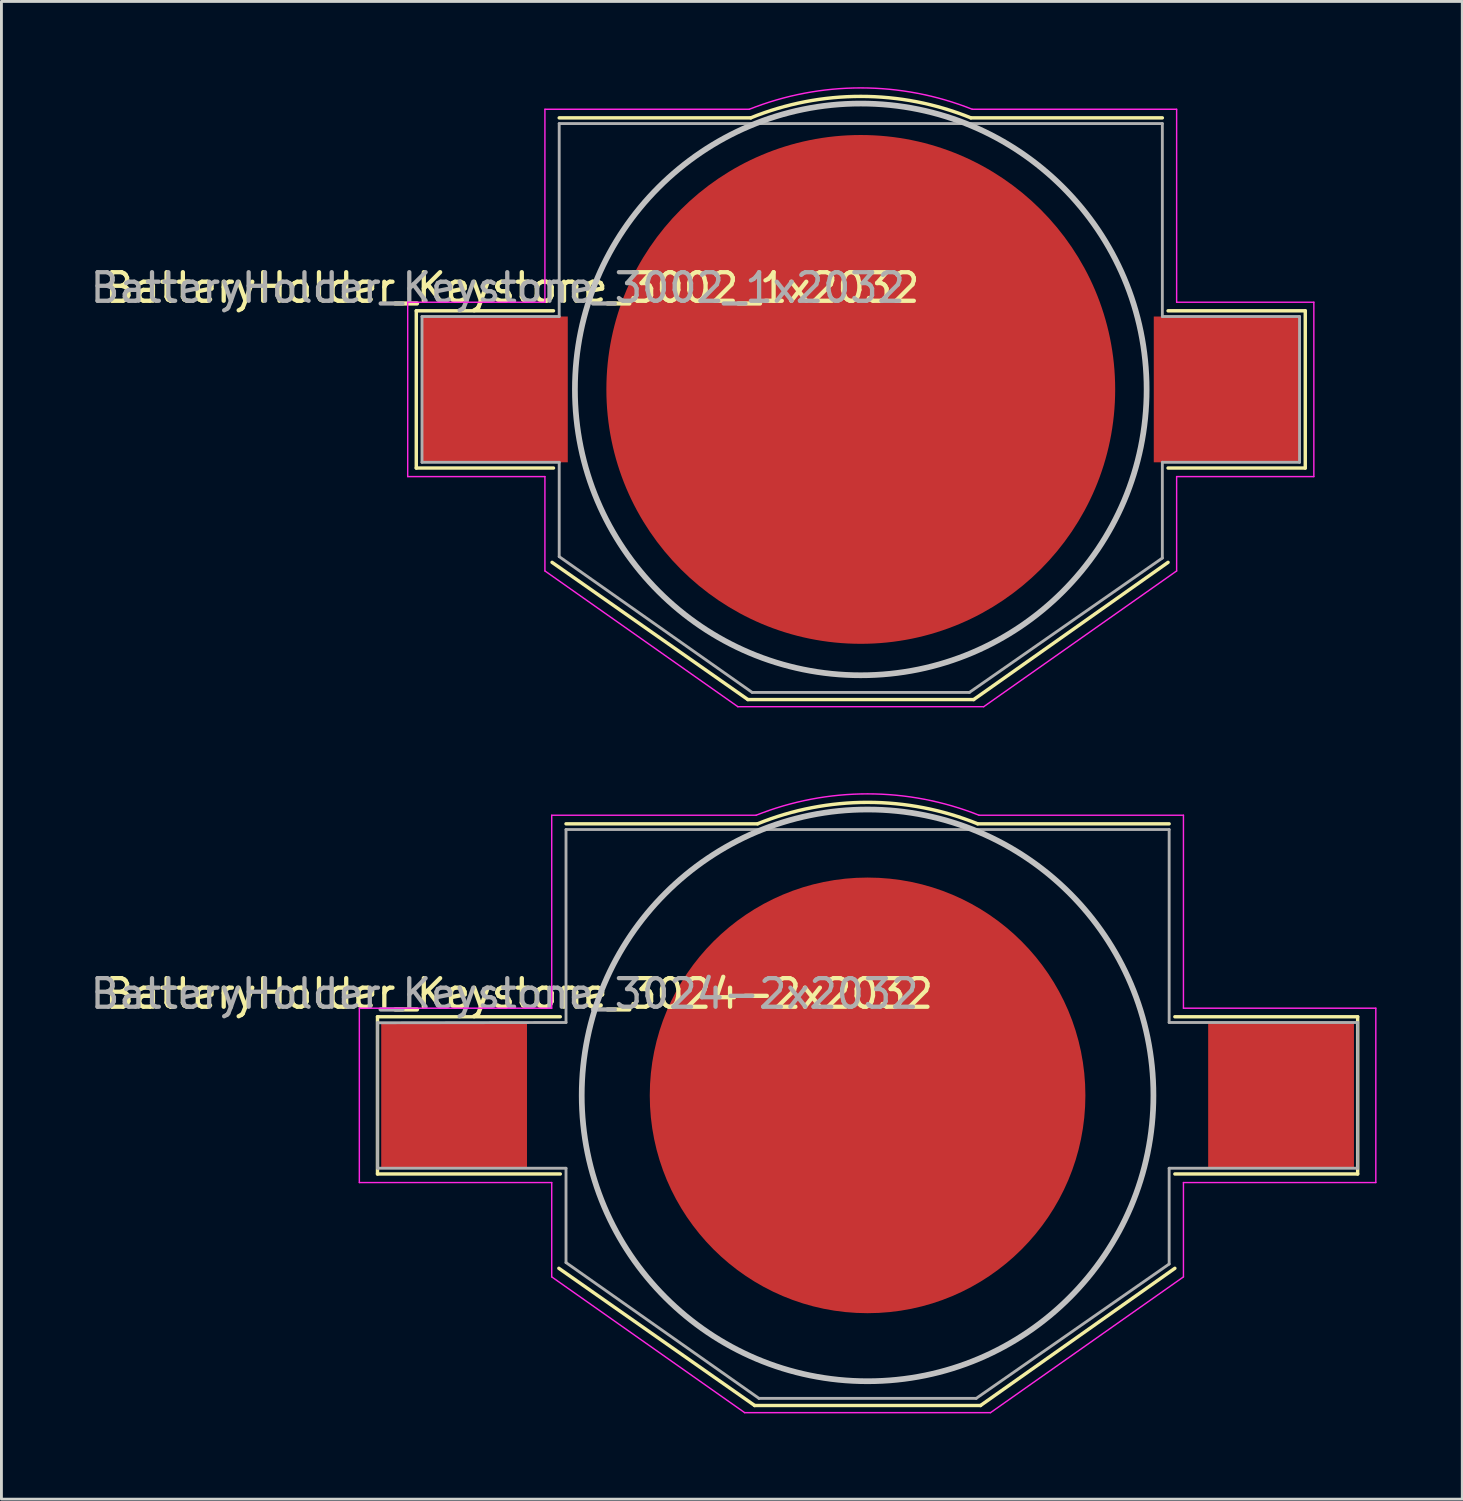
<source format=kicad_pcb>
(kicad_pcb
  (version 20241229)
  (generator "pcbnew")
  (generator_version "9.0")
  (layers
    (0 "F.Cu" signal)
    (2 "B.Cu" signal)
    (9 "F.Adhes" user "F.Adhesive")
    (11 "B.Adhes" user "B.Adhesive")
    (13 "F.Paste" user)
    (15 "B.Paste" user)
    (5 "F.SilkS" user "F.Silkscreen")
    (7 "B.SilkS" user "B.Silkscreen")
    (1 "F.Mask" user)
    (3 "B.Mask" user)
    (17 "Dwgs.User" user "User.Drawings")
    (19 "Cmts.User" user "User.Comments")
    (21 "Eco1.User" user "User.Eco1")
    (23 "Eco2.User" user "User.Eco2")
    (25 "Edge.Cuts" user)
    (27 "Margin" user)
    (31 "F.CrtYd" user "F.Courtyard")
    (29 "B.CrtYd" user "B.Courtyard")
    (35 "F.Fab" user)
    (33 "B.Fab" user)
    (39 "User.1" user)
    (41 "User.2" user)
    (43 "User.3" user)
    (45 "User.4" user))
  (footprint "BatteryHolder_Keystone_3024-2x2032"
    (layer "F.Cu")
    (at 27.301 35.27)
    (property "Reference" "BatteryHolder_Keystone_3024-2x2032" (at -12.192 -3.556 0) (layer "F.SilkS") (effects (font (size 1 1) (thickness 0.15))))
    (attr smd)
    (fp_line (start -17.145 -2.75) (end -17.145 2.75) (stroke (width 0.12) (type solid)) (layer "F.SilkS"))
    (fp_line (start -17.145 2.75) (end -10.75 2.75) (stroke (width 0.12) (type solid)) (layer "F.SilkS"))
    (fp_line (start -10.8 6.05) (end -3.95 10.85) (stroke (width 0.12) (type solid)) (layer "F.SilkS"))
    (fp_line (start -10.75 -2.75) (end -17.145 -2.75) (stroke (width 0.12) (type solid)) (layer "F.SilkS"))
    (fp_line (start -10.55 -9.5) (end -3.85 -9.5) (stroke (width 0.12) (type solid)) (layer "F.SilkS"))
    (fp_line (start -3.95 10.85) (end 3.95 10.85) (stroke (width 0.12) (type solid)) (layer "F.SilkS"))
    (fp_line (start 3.95 10.85) (end 10.75 6.05) (stroke (width 0.12) (type solid)) (layer "F.SilkS"))
    (fp_line (start 10.55 -9.5) (end 3.85 -9.5) (stroke (width 0.12) (type solid)) (layer "F.SilkS"))
    (fp_line (start 10.75 2.75) (end 17.145 2.75) (stroke (width 0.12) (type solid)) (layer "F.SilkS"))
    (fp_line (start 17.145 -2.75) (end 10.75 -2.75) (stroke (width 0.12) (type solid)) (layer "F.SilkS"))
    (fp_line (start 17.145 2.75) (end 17.145 -2.75) (stroke (width 0.12) (type solid)) (layer "F.SilkS"))
    (fp_arc (start -3.846385 -9.501464) (mid 0.00195 -10.250487) (end 3.85 -9.5) (stroke (width 0.12) (type solid)) (layer "F.SilkS"))
    (fp_circle (center 0 0) (end 10 0) (stroke (width 0.2) (type solid)) (fill no) (layer "Dwgs.User"))
    (fp_line (start -17.78 -3.05) (end -11.05 -3.05) (stroke (width 0.05) (type solid)) (layer "F.CrtYd"))
    (fp_line (start -17.78 3.05) (end -17.78 -3.05) (stroke (width 0.05) (type solid)) (layer "F.CrtYd"))
    (fp_line (start -11.05 -9.8) (end -3.9 -9.8) (stroke (width 0.05) (type solid)) (layer "F.CrtYd"))
    (fp_line (start -11.05 -3.05) (end -11.05 -9.8) (stroke (width 0.05) (type solid)) (layer "F.CrtYd"))
    (fp_line (start -11.05 3.05) (end -17.78 3.05) (stroke (width 0.05) (type solid)) (layer "F.CrtYd"))
    (fp_line (start -11.05 6.35) (end -11.05 3.05) (stroke (width 0.05) (type solid)) (layer "F.CrtYd"))
    (fp_line (start -4.3 11.1) (end -11.05 6.35) (stroke (width 0.05) (type solid)) (layer "F.CrtYd"))
    (fp_line (start 4.3 11.1) (end -4.3 11.1) (stroke (width 0.05) (type solid)) (layer "F.CrtYd"))
    (fp_line (start 11.05 -9.8) (end 3.9 -9.8) (stroke (width 0.05) (type solid)) (layer "F.CrtYd"))
    (fp_line (start 11.05 -9.8) (end 11.05 -3.05) (stroke (width 0.05) (type solid)) (layer "F.CrtYd"))
    (fp_line (start 11.05 -3.05) (end 17.78 -3.05) (stroke (width 0.05) (type solid)) (layer "F.CrtYd"))
    (fp_line (start 11.05 3.05) (end 11.05 6.35) (stroke (width 0.05) (type solid)) (layer "F.CrtYd"))
    (fp_line (start 11.05 6.35) (end 4.3 11.1) (stroke (width 0.05) (type solid)) (layer "F.CrtYd"))
    (fp_line (start 17.78 -3.05) (end 17.78 3.05) (stroke (width 0.05) (type solid)) (layer "F.CrtYd"))
    (fp_line (start 17.78 3.05) (end 11.05 3.05) (stroke (width 0.05) (type solid)) (layer "F.CrtYd"))
    (fp_arc (start -3.9 -9.8) (mid 0 -10.547512) (end 3.9 -9.8) (stroke (width 0.05) (type solid)) (layer "F.CrtYd"))
    (fp_line (start -17.145 -2.55) (end -17.145 2.55) (stroke (width 0.1) (type solid)) (layer "F.Fab"))
    (fp_line (start -17.145 -2.54) (end -10.55 -2.55) (stroke (width 0.1) (type solid)) (layer "F.Fab"))
    (fp_line (start -17.145 2.55) (end -10.55 2.55) (stroke (width 0.1) (type solid)) (layer "F.Fab"))
    (fp_line (start -10.55 -2.55) (end -10.55 -9.3) (stroke (width 0.1) (type solid)) (layer "F.Fab"))
    (fp_line (start -10.55 2.55) (end -10.55 5.85) (stroke (width 0.1) (type solid)) (layer "F.Fab"))
    (fp_line (start -10.55 5.85) (end -3.8 10.6) (stroke (width 0.1) (type solid)) (layer "F.Fab"))
    (fp_line (start -3.8 10.6) (end 3.8 10.6) (stroke (width 0.1) (type solid)) (layer "F.Fab"))
    (fp_line (start 10.55 -9.3) (end -10.55 -9.3) (stroke (width 0.1) (type solid)) (layer "F.Fab"))
    (fp_line (start 10.55 -2.55) (end 10.55 -9.3) (stroke (width 0.1) (type solid)) (layer "F.Fab"))
    (fp_line (start 10.55 2.55) (end 10.55 5.9) (stroke (width 0.1) (type solid)) (layer "F.Fab"))
    (fp_line (start 10.55 2.55) (end 17.145 2.55) (stroke (width 0.1) (type solid)) (layer "F.Fab"))
    (fp_line (start 10.55 5.9) (end 3.8 10.6) (stroke (width 0.1) (type solid)) (layer "F.Fab"))
    (fp_line (start 17.145 -2.55) (end 10.55 -2.55) (stroke (width 0.1) (type solid)) (layer "F.Fab"))
    (fp_line (start 17.145 2.55) (end 17.145 -2.55) (stroke (width 0.1) (type solid)) (layer "F.Fab"))
    (fp_text user "${REFERENCE}" (at -12.7 -3.556 0) (layer "F.Fab") (effects (font (size 1 1) (thickness 0.15))))
    (pad "1" smd rect (at -14.465 0) (size 5.1 5.1) (layers "F.Cu" "F.Mask" "F.Paste"))
    (pad "1" smd rect (at 14.465 0) (size 5.1 5.1) (layers "F.Cu" "F.Mask" "F.Paste"))
    (pad "2" smd circle (at 0 0) (size 15.24 15.24) (layers "F.Cu" "F.Mask")))
  (footprint "BatteryHolder_Keystone_3002_1x2032"
    (layer "F.Cu")
    (at 27.063 10.573)
    (property "Reference" "BatteryHolder_Keystone_3002_1x2032" (at -12.192 -3.556 0) (layer "F.SilkS") (effects (font (size 1 1) (thickness 0.15))))
    (attr smd)
    (fp_line (start -15.55 -2.75) (end -15.55 2.75) (stroke (width 0.12) (type solid)) (layer "F.SilkS"))
    (fp_line (start -15.55 2.75) (end -10.75 2.75) (stroke (width 0.12) (type solid)) (layer "F.SilkS"))
    (fp_line (start -10.8 6.05) (end -3.95 10.85) (stroke (width 0.12) (type solid)) (layer "F.SilkS"))
    (fp_line (start -10.75 -2.75) (end -15.55 -2.75) (stroke (width 0.12) (type solid)) (layer "F.SilkS"))
    (fp_line (start -10.55 -9.5) (end -3.85 -9.5) (stroke (width 0.12) (type solid)) (layer "F.SilkS"))
    (fp_line (start -3.95 10.85) (end 3.95 10.85) (stroke (width 0.12) (type solid)) (layer "F.SilkS"))
    (fp_line (start 3.95 10.85) (end 10.75 6.05) (stroke (width 0.12) (type solid)) (layer "F.SilkS"))
    (fp_line (start 10.55 -9.5) (end 3.85 -9.5) (stroke (width 0.12) (type solid)) (layer "F.SilkS"))
    (fp_line (start 10.75 2.75) (end 15.55 2.75) (stroke (width 0.12) (type solid)) (layer "F.SilkS"))
    (fp_line (start 15.55 -2.75) (end 10.75 -2.75) (stroke (width 0.12) (type solid)) (layer "F.SilkS"))
    (fp_line (start 15.55 2.75) (end 15.55 -2.75) (stroke (width 0.12) (type solid)) (layer "F.SilkS"))
    (fp_arc (start -3.846385 -9.501464) (mid 0.00195 -10.250487) (end 3.85 -9.5) (stroke (width 0.12) (type solid)) (layer "F.SilkS"))
    (fp_circle (center 0 0) (end 10 0) (stroke (width 0.2) (type solid)) (fill no) (layer "Dwgs.User"))
    (fp_line (start -15.85 -3.05) (end -11.05 -3.05) (stroke (width 0.05) (type solid)) (layer "F.CrtYd"))
    (fp_line (start -15.85 3.05) (end -15.85 -3.05) (stroke (width 0.05) (type solid)) (layer "F.CrtYd"))
    (fp_line (start -11.05 -9.8) (end -3.9 -9.8) (stroke (width 0.05) (type solid)) (layer "F.CrtYd"))
    (fp_line (start -11.05 -3.05) (end -11.05 -9.8) (stroke (width 0.05) (type solid)) (layer "F.CrtYd"))
    (fp_line (start -11.05 3.05) (end -15.85 3.05) (stroke (width 0.05) (type solid)) (layer "F.CrtYd"))
    (fp_line (start -11.05 6.35) (end -11.05 3.05) (stroke (width 0.05) (type solid)) (layer "F.CrtYd"))
    (fp_line (start -4.3 11.1) (end -11.05 6.35) (stroke (width 0.05) (type solid)) (layer "F.CrtYd"))
    (fp_line (start 4.3 11.1) (end -4.3 11.1) (stroke (width 0.05) (type solid)) (layer "F.CrtYd"))
    (fp_line (start 11.05 -9.8) (end 3.9 -9.8) (stroke (width 0.05) (type solid)) (layer "F.CrtYd"))
    (fp_line (start 11.05 -9.8) (end 11.05 -3.05) (stroke (width 0.05) (type solid)) (layer "F.CrtYd"))
    (fp_line (start 11.05 -3.05) (end 15.85 -3.05) (stroke (width 0.05) (type solid)) (layer "F.CrtYd"))
    (fp_line (start 11.05 3.05) (end 11.05 6.35) (stroke (width 0.05) (type solid)) (layer "F.CrtYd"))
    (fp_line (start 11.05 6.35) (end 4.3 11.1) (stroke (width 0.05) (type solid)) (layer "F.CrtYd"))
    (fp_line (start 15.85 -3.05) (end 15.85 3.05) (stroke (width 0.05) (type solid)) (layer "F.CrtYd"))
    (fp_line (start 15.85 3.05) (end 11.05 3.05) (stroke (width 0.05) (type solid)) (layer "F.CrtYd"))
    (fp_arc (start -3.9 -9.8) (mid 0 -10.547512) (end 3.9 -9.8) (stroke (width 0.05) (type solid)) (layer "F.CrtYd"))
    (fp_line (start -15.35 -2.55) (end -15.35 2.55) (stroke (width 0.1) (type solid)) (layer "F.Fab"))
    (fp_line (start -15.35 -2.55) (end -10.55 -2.55) (stroke (width 0.1) (type solid)) (layer "F.Fab"))
    (fp_line (start -15.35 2.55) (end -10.55 2.55) (stroke (width 0.1) (type solid)) (layer "F.Fab"))
    (fp_line (start -10.55 -2.55) (end -10.55 -9.3) (stroke (width 0.1) (type solid)) (layer "F.Fab"))
    (fp_line (start -10.55 2.55) (end -10.55 5.85) (stroke (width 0.1) (type solid)) (layer "F.Fab"))
    (fp_line (start -10.55 5.85) (end -3.8 10.6) (stroke (width 0.1) (type solid)) (layer "F.Fab"))
    (fp_line (start -3.8 10.6) (end 3.8 10.6) (stroke (width 0.1) (type solid)) (layer "F.Fab"))
    (fp_line (start 10.55 -9.3) (end -10.55 -9.3) (stroke (width 0.1) (type solid)) (layer "F.Fab"))
    (fp_line (start 10.55 -2.55) (end 10.55 -9.3) (stroke (width 0.1) (type solid)) (layer "F.Fab"))
    (fp_line (start 10.55 2.55) (end 10.55 5.9) (stroke (width 0.1) (type solid)) (layer "F.Fab"))
    (fp_line (start 10.55 2.55) (end 15.35 2.55) (stroke (width 0.1) (type solid)) (layer "F.Fab"))
    (fp_line (start 10.55 5.9) (end 3.8 10.6) (stroke (width 0.1) (type solid)) (layer "F.Fab"))
    (fp_line (start 15.35 -2.55) (end 10.55 -2.55) (stroke (width 0.1) (type solid)) (layer "F.Fab"))
    (fp_line (start 15.35 2.55) (end 15.35 -2.55) (stroke (width 0.1) (type solid)) (layer "F.Fab"))
    (fp_text user "${REFERENCE}" (at -12.7 -3.556 0) (layer "F.Fab") (effects (font (size 1 1) (thickness 0.15))))
    (pad "1" smd rect (at -12.8 0) (size 5.1 5.1) (layers "F.Cu" "F.Mask" "F.Paste"))
    (pad "1" smd rect (at 12.8 0) (size 5.1 5.1) (layers "F.Cu" "F.Mask" "F.Paste"))
    (pad "2" smd circle (at 0 0) (size 17.8 17.8) (layers "F.Cu" "F.Mask")))
  (gr_rect
    (start -3 -3)
    (end 48.106 49.395)
    (stroke (width 0.1) (type default))
    (fill no)
    (layer "Edge.Cuts")))
</source>
